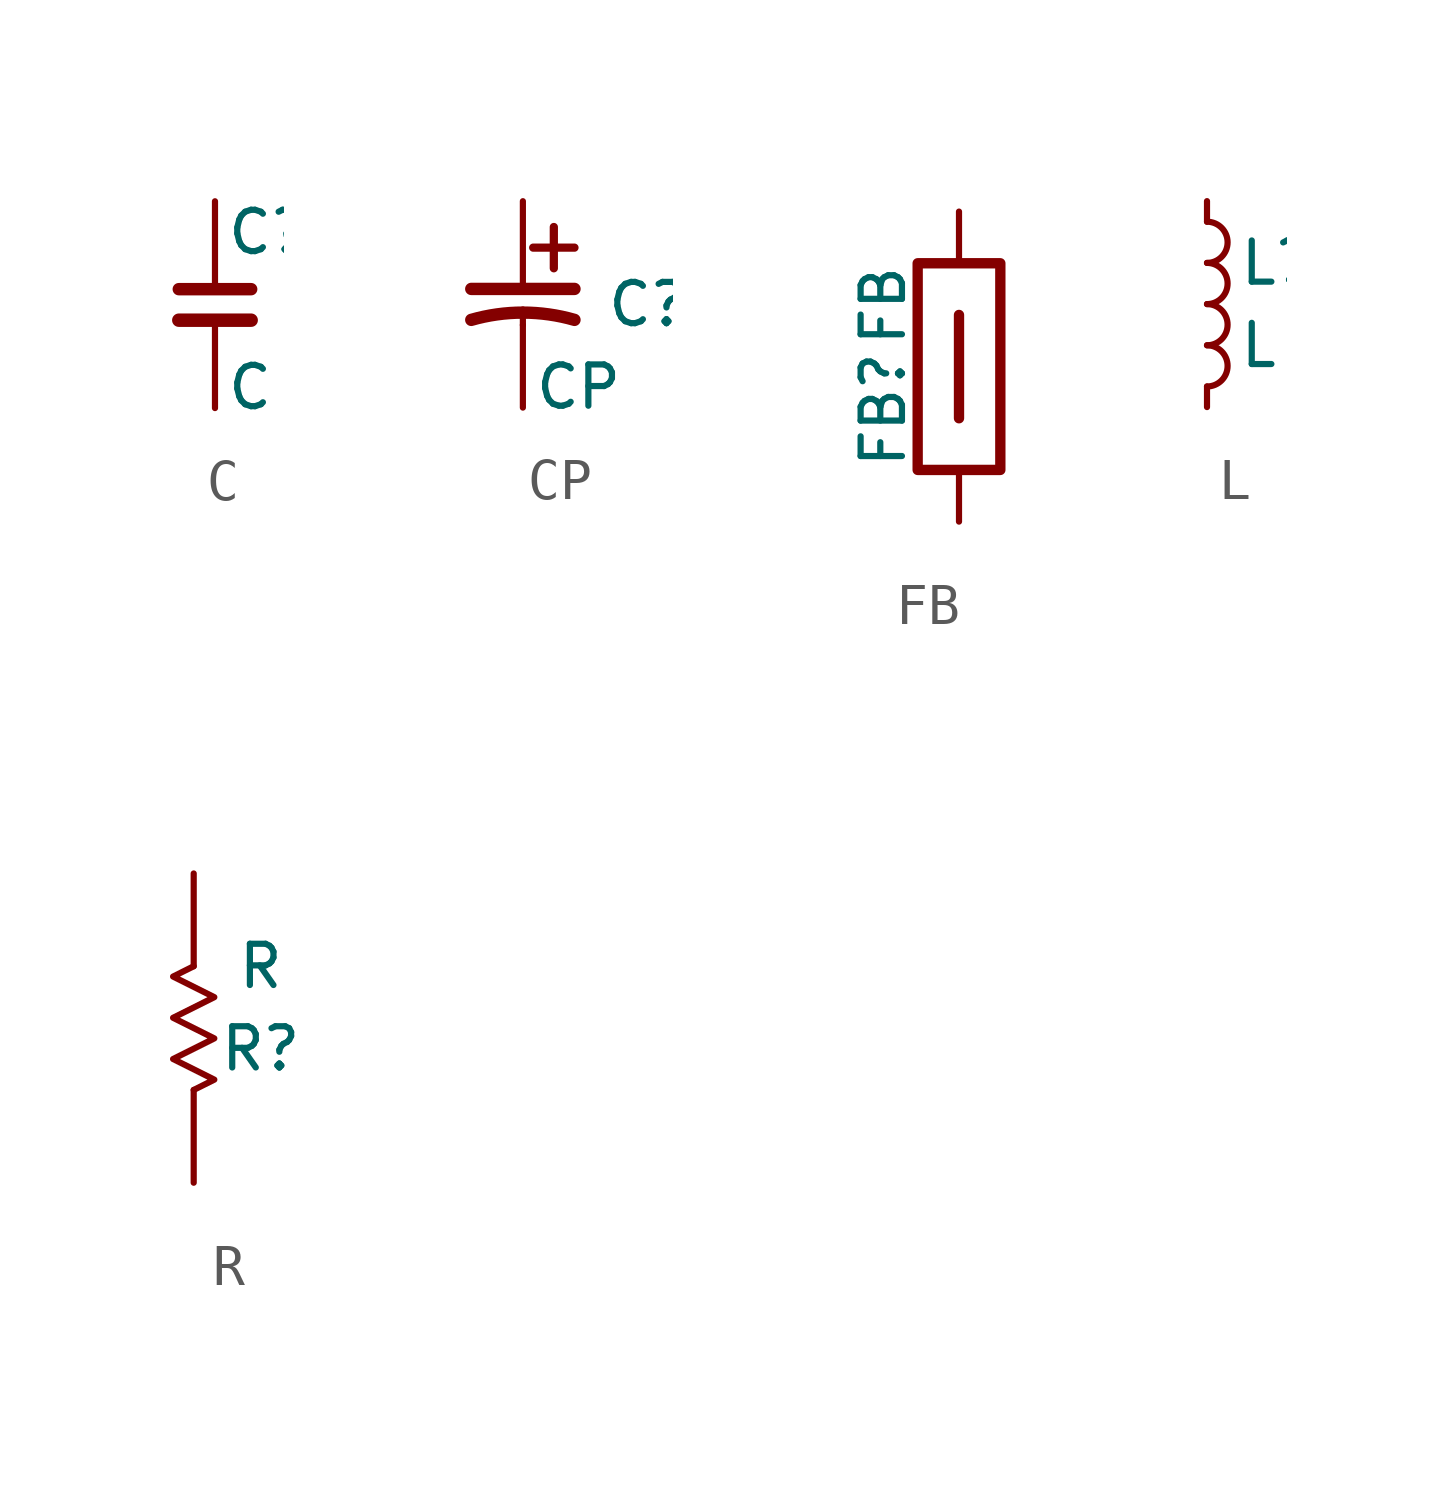
<source format=kicad_sym>
(kicad_symbol_lib
  (version 20211014)
  (generator kicad_symbol_editor)
  (symbol "C"
    (pin_numbers hide)
    (pin_names
      (offset 0) hide)
    (property "Reference" "C"
      (at 0.254 1.778 0)
      (effects (font (size 1.016 1.016)) (justify left)))
    (property "Value" "C"
      (at 0.254 -2.032 0)
      (effects (font (size 1.016 1.016)) (justify left)))
    (symbol "C_0_1"
      (polyline (pts (xy -0.889 -0.381) (xy 0.889 -0.381)) (stroke (width 0.33) (type default) (color 0 0 0 0)) (fill (type none)))
      (polyline (pts (xy -0.889 0.381) (xy 0.889 0.381)) (stroke (width 0.305) (type default) (color 0 0 0 0)) (fill (type none))))
    (symbol "C_1_1"
      (pin passive line (at 0 2.54 270) (length 2.032) (name "~" (effects (font (size 1.27 1.27)))) (number "1" (effects (font (size 1.27 1.27)))))
      (pin passive line (at 0 -2.54 90) (length 2.032) (name "~" (effects (font (size 1.27 1.27)))) (number "2" (effects (font (size 1.27 1.27)))))))
  (symbol "CP"
    (pin_numbers hide)
    (pin_names
      (offset 0) hide)
    (property "Reference" "C"
      (at 2.032 0 0)
      (effects (font (size 1.016 1.016)) (justify left)))
    (property "Value" "CP"
      (at 0.254 -2.032 0)
      (effects (font (size 1.016 1.016)) (justify left)))
    (symbol "CP_0_1"
      (rectangle (start 0 -0.508) (end 0 -0.127) (stroke (width 0) (type default) (color 0 0 0 0)) (fill (type none)))
      (polyline (pts (xy -1.27 0.381) (xy 1.27 0.381)) (stroke (width 0.305) (type default) (color 0 0 0 0)) (fill (type none)))
      (polyline (pts (xy 0.254 1.397) (xy 1.27 1.397)) (stroke (width 0.203) (type default) (color 0 0 0 0)) (fill (type none)))
      (polyline (pts (xy 0.762 1.905) (xy 0.762 0.889)) (stroke (width 0.203) (type default) (color 0 0 0 0)) (fill (type none)))
      (arc (start 1.27 -0.381) (mid 0 -0.2021) (end -1.27 -0.381) (stroke (width 0.3048) (type default) (color 0 0 0 0)) (fill (type none))))
    (symbol "CP_1_1"
      (pin passive line (at 0 2.54 270) (length 2.032) (name "~" (effects (font (size 1.27 1.27)))) (number "1" (effects (font (size 1.27 1.27)))))
      (pin passive line (at 0 -2.54 90) (length 2.032) (name "~" (effects (font (size 1.27 1.27)))) (number "2" (effects (font (size 1.27 1.27)))))))
  (symbol "FB"
    (pin_numbers hide)
    (pin_names
      (offset 0) hide)
    (property "Reference" "FB"
      (at -1.27 -2.54 90)
      (effects (font (size 1.016 1.016)) (justify left bottom)))
    (property "Value" "FB"
      (at -1.27 2.54 90)
      (effects (font (size 1.016 1.016)) (justify right bottom)))
    (symbol "FB_0_1"
      (rectangle (start -1.016 -2.54) (end 1.016 2.54) (stroke (width 0.254) (type default) (color 0 0 0 0)) (fill (type none)))
      (polyline (pts (xy 0 1.27) (xy 0 -1.27)) (stroke (width 0.254) (type default) (color 0 0 0 0)) (fill (type none))))
    (symbol "FB_1_1"
      (pin passive line (at 0 3.81 270) (length 1.27) (name "~" (effects (font (size 1.27 1.27)))) (number "1" (effects (font (size 1.27 1.27)))))
      (pin passive line (at 0 -3.81 90) (length 1.27) (name "~" (effects (font (size 1.27 1.27)))) (number "2" (effects (font (size 1.27 1.27)))))))
  (symbol "L"
    (pin_numbers hide)
    (pin_names
      (offset 0) hide)
    (property "Reference" "L"
      (at 0.762 1.016 0)
      (effects (font (size 1.016 1.016)) (justify left)))
    (property "Value" "L"
      (at 0.762 -1.016 0)
      (effects (font (size 1.016 1.016)) (justify left)))
    (symbol "L_0_1"
      (arc (start 0 -2.032) (mid 0.508 -1.524) (end 0 -1.016) (stroke (width 0) (type default) (color 0 0 0 0)) (fill (type none)))
      (arc (start 0 -1.016) (mid 0.508 -0.508) (end 0 0) (stroke (width 0) (type default) (color 0 0 0 0)) (fill (type none)))
      (arc (start 0 0) (mid 0.508 0.508) (end 0 1.016) (stroke (width 0) (type default) (color 0 0 0 0)) (fill (type none)))
      (arc (start 0 1.016) (mid 0.508 1.524) (end 0 2.032) (stroke (width 0) (type default) (color 0 0 0 0)) (fill (type none))))
    (symbol "L_1_1"
      (pin passive line (at 0 2.54 270) (length 0.508) (name "~" (effects (font (size 1.27 1.27)))) (number "1" (effects (font (size 1.27 1.27)))))
      (pin passive line (at 0 -2.54 90) (length 0.508) (name "~" (effects (font (size 1.27 1.27)))) (number "2" (effects (font (size 1.27 1.27)))))))
  (symbol "R"
    (pin_numbers hide)
    (pin_names
      (offset 0) hide)
    (property "Reference" "R"
      (at 1.651 -0.508 0)
      (effects (font (size 1.016 1.016))))
    (property "Value" "R"
      (at 1.651 1.524 0)
      (effects (font (size 1.016 1.016))))
    (symbol "R_0_1"
      (polyline (pts (xy 0 1.524) (xy -0.508 1.27) (xy 0.508 0.762) (xy -0.508 0.254) (xy 0.508 -0.254) (xy -0.508 -0.762) (xy 0.508 -1.27) (xy 0 -1.524)) (stroke (width 0) (type default) (color 0 0 0 0)) (fill (type none))))
    (symbol "R_1_1"
      (pin passive line (at 0 3.81 270) (length 2.286) (name "~" (effects (font (size 1.27 1.27)))) (number "1" (effects (font (size 1.27 1.27)))))
      (pin passive line (at 0 -3.81 90) (length 2.286) (name "~" (effects (font (size 1.27 1.27)))) (number "2" (effects (font (size 1.27 1.27))))))))
</source>
